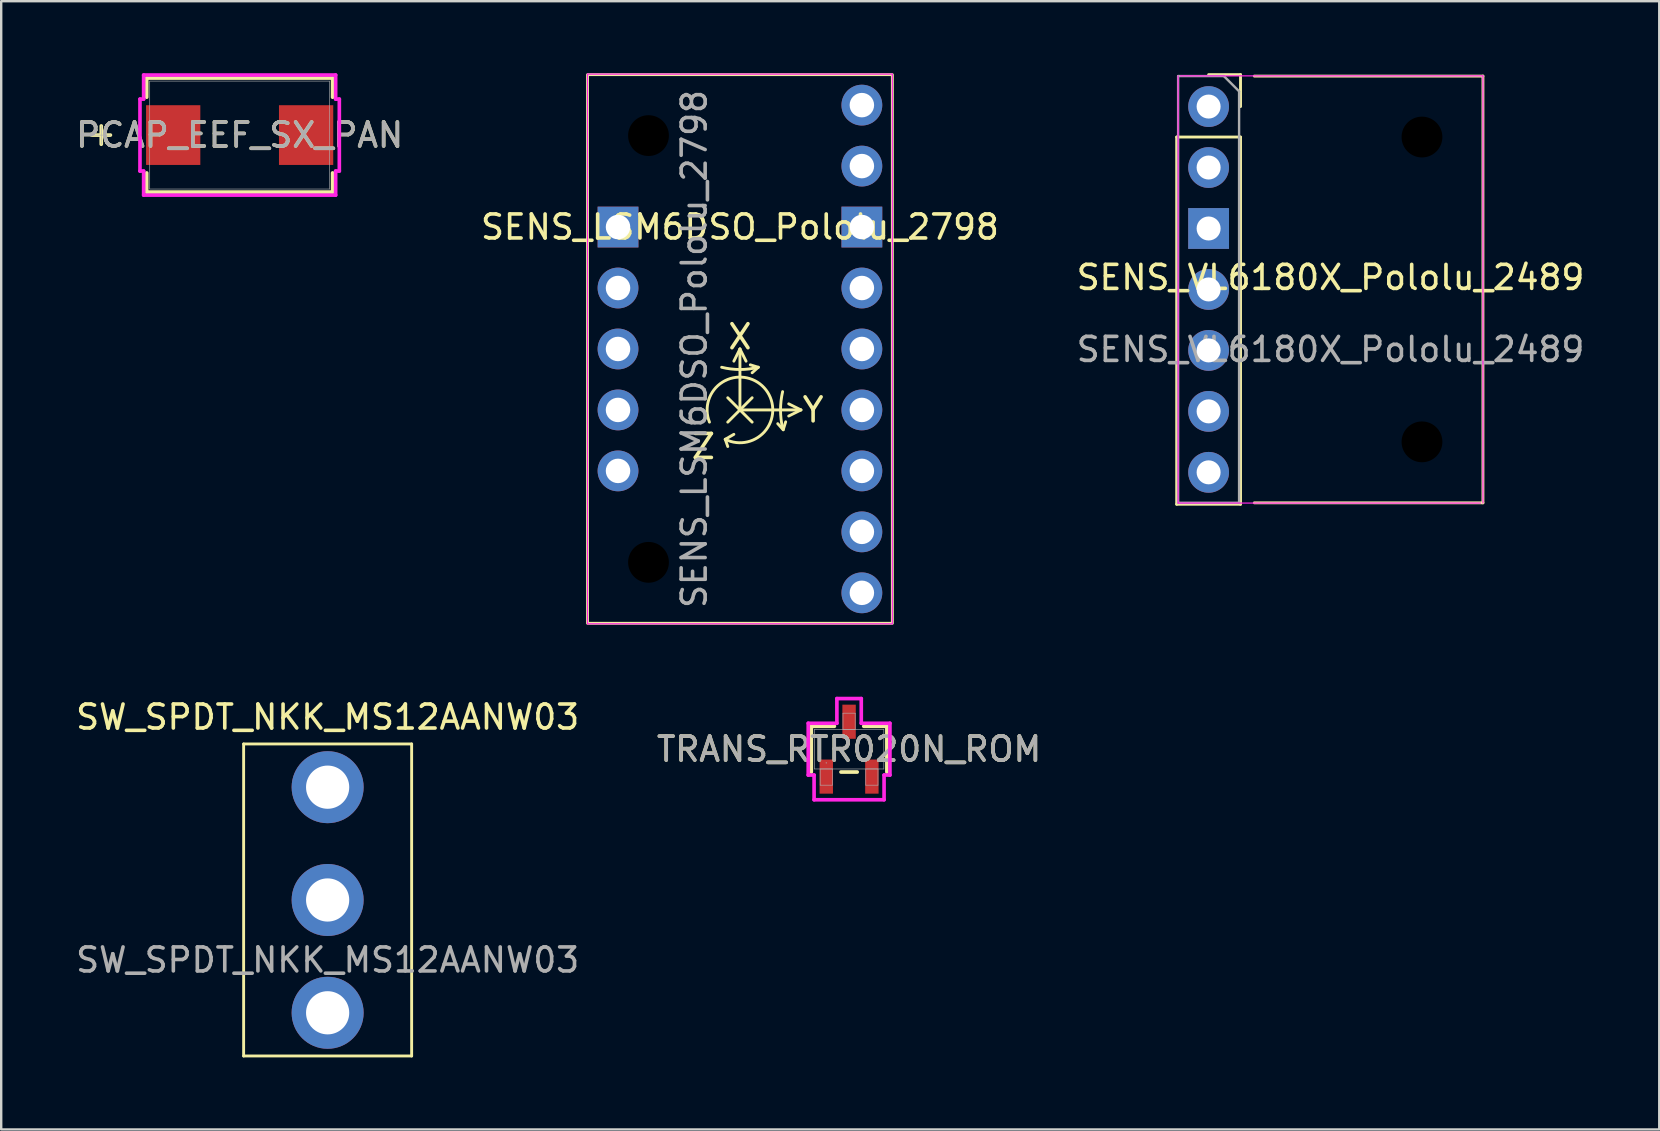
<source format=kicad_pcb>
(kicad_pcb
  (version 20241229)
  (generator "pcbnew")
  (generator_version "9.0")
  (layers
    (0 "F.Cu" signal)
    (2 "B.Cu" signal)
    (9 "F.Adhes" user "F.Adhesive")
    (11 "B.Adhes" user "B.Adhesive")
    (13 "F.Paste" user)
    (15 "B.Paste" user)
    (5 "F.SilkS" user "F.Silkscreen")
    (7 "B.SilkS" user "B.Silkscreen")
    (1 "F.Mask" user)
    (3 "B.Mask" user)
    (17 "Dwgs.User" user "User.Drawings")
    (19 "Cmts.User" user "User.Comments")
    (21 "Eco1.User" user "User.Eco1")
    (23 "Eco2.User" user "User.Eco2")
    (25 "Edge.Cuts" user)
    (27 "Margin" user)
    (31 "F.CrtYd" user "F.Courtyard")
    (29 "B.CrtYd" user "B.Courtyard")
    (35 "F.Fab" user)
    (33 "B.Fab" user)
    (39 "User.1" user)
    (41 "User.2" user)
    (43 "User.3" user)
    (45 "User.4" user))
  (footprint "SENS_LSM6DSO_Pololu_2798"
    (layer "F.Cu")
    (at 27.78 14.03)
    (property "Reference" "SENS_LSM6DSO_Pololu_2798" (at 0 -7.62 0) (unlocked yes) (layer "F.SilkS") (effects (font (size 1 1) (thickness 0.15))))
    (attr through_hole)
    (fp_line (start -0.612 1.223) (end -0.508 1.524) (stroke (width 0.12) (type solid)) (layer "F.SilkS"))
    (fp_line (start -0.612 1.223) (end -0.254 1.016) (stroke (width 0.12) (type solid)) (layer "F.SilkS"))
    (fp_line (start -0.508 -0.508) (end 0.508 0.508) (stroke (width 0.12) (type solid)) (layer "F.SilkS"))
    (fp_line (start 0 -2.54) (end -0.254 -2.032) (stroke (width 0.12) (type solid)) (layer "F.SilkS"))
    (fp_line (start 0 -2.54) (end 0.254 -2.032) (stroke (width 0.12) (type solid)) (layer "F.SilkS"))
    (fp_line (start 0 0) (end 0 -2.54) (stroke (width 0.12) (type solid)) (layer "F.SilkS"))
    (fp_line (start 0 0) (end 2.54 0) (stroke (width 0.12) (type solid)) (layer "F.SilkS"))
    (fp_line (start 0.508 -0.508) (end -0.508 0.508) (stroke (width 0.12) (type solid)) (layer "F.SilkS"))
    (fp_line (start 0.762 -1.778) (end 0.432 -1.88) (stroke (width 0.12) (type solid)) (layer "F.SilkS"))
    (fp_line (start 0.762 -1.778) (end 0.508 -1.549) (stroke (width 0.12) (type solid)) (layer "F.SilkS"))
    (fp_line (start 1.803 0.826) (end 1.575 0.572) (stroke (width 0.12) (type solid)) (layer "F.SilkS"))
    (fp_line (start 1.803 0.826) (end 1.905 0.495) (stroke (width 0.12) (type solid)) (layer "F.SilkS"))
    (fp_line (start 2.54 0) (end 2.032 -0.254) (stroke (width 0.12) (type solid)) (layer "F.SilkS"))
    (fp_line (start 2.54 0) (end 2.032 0.254) (stroke (width 0.12) (type solid)) (layer "F.SilkS"))
    (fp_rect (start -6.35 -13.97) (end 6.35 8.89) (stroke (width 0.12) (type solid)) (fill no) (layer "F.SilkS"))
    (fp_arc (start -1.269999 0.508) (mid 1.006563 -0.926171) (end -0.611713 1.223425) (stroke (width 0.12) (type solid)) (layer "F.SilkS"))
    (fp_arc (start 0.762 -1.778) (mid 0 -1.684194) (end -0.762 -1.778) (stroke (width 0.12) (type solid)) (layer "F.SilkS"))
    (fp_arc (start 1.778001 0.762) (mid 1.691218 0) (end 1.778001 -0.762) (stroke (width 0.12) (type solid)) (layer "F.SilkS"))
    (fp_line (start -6.35 -13.99) (end 6.35 -13.99) (stroke (width 0.05) (type solid)) (layer "F.CrtYd"))
    (fp_line (start -6.35 8.91) (end -6.35 -13.99) (stroke (width 0.05) (type solid)) (layer "F.CrtYd"))
    (fp_line (start -6.35 8.91) (end 6.35 8.91) (stroke (width 0.05) (type solid)) (layer "F.CrtYd"))
    (fp_line (start 6.35 -13.99) (end 6.35 8.91) (stroke (width 0.05) (type solid)) (layer "F.CrtYd"))
    (fp_line (start -3.81 -10.795) (end -4.445 -11.43) (stroke (width 0.1) (type solid)) (layer "F.Fab"))
    (fp_text user "X" (at 0 -3.048 0) (unlocked yes) (layer "F.SilkS") (effects (font (size 1 1) (thickness 0.15))))
    (fp_text user "Z" (at -1.524 1.524 0) (unlocked yes) (layer "F.SilkS") (effects (font (size 1 1) (thickness 0.15))))
    (fp_text user "Y" (at 3.048 0 0) (unlocked yes) (layer "F.SilkS") (effects (font (size 1 1) (thickness 0.15))))
    (fp_text user "${REFERENCE}" (at -1.905 -2.54 90) (unlocked yes) (layer "F.Fab") (effects (font (size 1 1) (thickness 0.15))))
    (pad "" np_thru_hole circle (at -3.81 -11.43) (size 1.7 1.7) (drill 2.2) (layers "*.Mask"))
    (pad "" np_thru_hole circle (at -3.81 6.35) (size 1.7 1.7) (drill 2.2) (layers "*.Mask"))
    (pad "1" thru_hole rect (at -5.08 -7.62) (size 1.7 1.7) (drill 1.02) (layers "*.Cu" "*.Mask"))
    (pad "2" thru_hole oval (at -5.08 -5.08) (size 1.7 1.7) (drill 1.02) (layers "*.Cu" "*.Mask"))
    (pad "3" thru_hole oval (at -5.08 -2.54) (size 1.7 1.7) (drill 1.02) (layers "*.Cu" "*.Mask"))
    (pad "4" thru_hole oval (at -5.08 0) (size 1.7 1.7) (drill 1.02) (layers "*.Cu" "*.Mask"))
    (pad "5" thru_hole oval (at -5.08 2.54) (size 1.7 1.7) (drill 1.02) (layers "*.Cu" "*.Mask"))
    (pad "6" thru_hole oval (at 5.08 7.62) (size 1.7 1.7) (drill 1.02) (layers "*.Cu" "*.Mask"))
    (pad "7" thru_hole oval (at 5.08 5.08) (size 1.7 1.7) (drill 1.02) (layers "*.Cu" "*.Mask"))
    (pad "8" thru_hole oval (at 5.08 2.54) (size 1.7 1.7) (drill 1.02) (layers "*.Cu" "*.Mask"))
    (pad "9" thru_hole oval (at 5.08 0) (size 1.7 1.7) (drill 1.02) (layers "*.Cu" "*.Mask"))
    (pad "10" thru_hole oval (at 5.08 -2.54) (size 1.7 1.7) (drill 1.02) (layers "*.Cu" "*.Mask"))
    (pad "11" thru_hole oval (at 5.08 -5.08) (size 1.7 1.7) (drill 1.02) (layers "*.Cu" "*.Mask"))
    (pad "12" thru_hole rect (at 5.08 -7.62) (size 1.7 1.7) (drill 1.02) (layers "*.Cu" "*.Mask"))
    (pad "13" thru_hole oval (at 5.08 -10.16) (size 1.7 1.7) (drill 1.02) (layers "*.Cu" "*.Mask"))
    (pad "14" thru_hole oval (at 5.08 -12.7) (size 1.7 1.7) (drill 1.02) (layers "*.Cu" "*.Mask")))
  (footprint "SW_SPDT_NKK_MS12AANW03"
    (layer "F.Cu")
    (at 10.601 34.448)
    (property "Reference" "SW_SPDT_NKK_MS12AANW03" (at 0 -7.62 0) (unlocked yes) (layer "F.SilkS") (effects (font (size 1 1) (thickness 0.15))))
    (attr through_hole)
    (fp_line (start -3.5 -6.5) (end -3.5 6.5) (stroke (width 0.12) (type solid)) (layer "F.SilkS"))
    (fp_line (start -3.5 -6.5) (end 3.5 -6.5) (stroke (width 0.12) (type solid)) (layer "F.SilkS"))
    (fp_line (start -3.5 6.5) (end 3.5 6.5) (stroke (width 0.12) (type solid)) (layer "F.SilkS"))
    (fp_line (start 3.5 6.5) (end 3.5 -6.5) (stroke (width 0.12) (type solid)) (layer "F.SilkS"))
    (fp_text user "${REFERENCE}" (at 0 2.5 0) (unlocked yes) (layer "F.Fab") (effects (font (size 1 1) (thickness 0.15))))
    (pad "1" thru_hole circle (at 0 -4.7) (size 3 3) (drill 1.8) (layers "*.Cu" "*.Mask"))
    (pad "2" thru_hole circle (at 0 0) (size 3 3) (drill 1.8) (layers "*.Cu" "*.Mask"))
    (pad "3" thru_hole circle (at 0 4.7) (size 3 3) (drill 1.8) (layers "*.Cu" "*.Mask")))
  (footprint "TRANS_RTR020N_ROM"
    (layer "F.Cu")
    (at 32.327 28.164)
    (property "Reference" "TRANS_RTR020N_ROM" (at 0 0 0) (unlocked yes) (layer "F.SilkS") (effects (font (size 1 1) (thickness 0.15))))
    (attr smd)
    (fp_line (start -1.575 -0.953) (end -1.575 0.953) (stroke (width 0.152) (type solid)) (layer "F.SilkS"))
    (fp_line (start -0.612 -0.953) (end -1.575 -0.953) (stroke (width 0.152) (type solid)) (layer "F.SilkS"))
    (fp_line (start -0.338 0.953) (end 0.338 0.953) (stroke (width 0.152) (type solid)) (layer "F.SilkS"))
    (fp_line (start 1.575 -0.953) (end 0.612 -0.953) (stroke (width 0.152) (type solid)) (layer "F.SilkS"))
    (fp_line (start 1.575 0.953) (end 1.575 -0.953) (stroke (width 0.152) (type solid)) (layer "F.SilkS"))
    (fp_line (start -1.702 -1.079) (end -0.508 -1.079) (stroke (width 0.152) (type solid)) (layer "F.CrtYd"))
    (fp_line (start -1.702 1.079) (end -1.702 -1.079) (stroke (width 0.152) (type solid)) (layer "F.CrtYd"))
    (fp_line (start -1.702 1.079) (end -1.458 1.079) (stroke (width 0.152) (type solid)) (layer "F.CrtYd"))
    (fp_line (start -1.458 1.079) (end -1.458 2.108) (stroke (width 0.152) (type solid)) (layer "F.CrtYd"))
    (fp_line (start -1.458 2.108) (end 1.458 2.108) (stroke (width 0.152) (type solid)) (layer "F.CrtYd"))
    (fp_line (start -0.508 -2.108) (end 0.508 -2.108) (stroke (width 0.152) (type solid)) (layer "F.CrtYd"))
    (fp_line (start -0.508 -1.079) (end -0.508 -2.108) (stroke (width 0.152) (type solid)) (layer "F.CrtYd"))
    (fp_line (start 0.508 -1.079) (end 0.508 -2.108) (stroke (width 0.152) (type solid)) (layer "F.CrtYd"))
    (fp_line (start 1.458 1.079) (end 1.458 2.108) (stroke (width 0.152) (type solid)) (layer "F.CrtYd"))
    (fp_line (start 1.702 -1.079) (end 0.508 -1.079) (stroke (width 0.152) (type solid)) (layer "F.CrtYd"))
    (fp_line (start 1.702 -1.079) (end 1.702 1.079) (stroke (width 0.152) (type solid)) (layer "F.CrtYd"))
    (fp_line (start 1.702 1.079) (end 1.458 1.079) (stroke (width 0.152) (type solid)) (layer "F.CrtYd"))
    (fp_line (start -1.448 -0.826) (end -1.448 0.826) (stroke (width 0.025) (type solid)) (layer "F.Fab"))
    (fp_line (start -1.448 0.826) (end 1.448 0.826) (stroke (width 0.025) (type solid)) (layer "F.Fab"))
    (fp_line (start -1.204 0.826) (end -1.204 1.499) (stroke (width 0.025) (type solid)) (layer "F.Fab"))
    (fp_line (start -1.204 1.499) (end -0.696 1.499) (stroke (width 0.025) (type solid)) (layer "F.Fab"))
    (fp_line (start -0.696 0.826) (end -1.204 0.826) (stroke (width 0.025) (type solid)) (layer "F.Fab"))
    (fp_line (start -0.696 1.499) (end -0.696 0.826) (stroke (width 0.025) (type solid)) (layer "F.Fab"))
    (fp_line (start -0.254 -1.499) (end -0.254 -0.826) (stroke (width 0.025) (type solid)) (layer "F.Fab"))
    (fp_line (start -0.254 -0.826) (end 0.254 -0.826) (stroke (width 0.025) (type solid)) (layer "F.Fab"))
    (fp_line (start 0.254 -1.499) (end -0.254 -1.499) (stroke (width 0.025) (type solid)) (layer "F.Fab"))
    (fp_line (start 0.254 -0.826) (end 0.254 -1.499) (stroke (width 0.025) (type solid)) (layer "F.Fab"))
    (fp_line (start 0.696 0.826) (end 0.696 1.499) (stroke (width 0.025) (type solid)) (layer "F.Fab"))
    (fp_line (start 0.696 1.499) (end 1.204 1.499) (stroke (width 0.025) (type solid)) (layer "F.Fab"))
    (fp_line (start 1.204 0.826) (end 0.696 0.826) (stroke (width 0.025) (type solid)) (layer "F.Fab"))
    (fp_line (start 1.204 1.499) (end 1.204 0.826) (stroke (width 0.025) (type solid)) (layer "F.Fab"))
    (fp_line (start 1.448 -0.826) (end -1.448 -0.826) (stroke (width 0.025) (type solid)) (layer "F.Fab"))
    (fp_line (start 1.448 0.826) (end 1.448 -0.826) (stroke (width 0.025) (type solid)) (layer "F.Fab"))
    (fp_circle (center -0.95 0.572) (end -0.95 0.572) (stroke (width 0.025) (type solid)) (fill no) (layer "F.Fab"))
    (fp_text user "${REFERENCE}" (at 0 0 0) (unlocked yes) (layer "F.Fab") (effects (font (size 1 1) (thickness 0.15))))
    (pad "1" smd rect (at -0.95 1.143) (size 0.559 1.422) (layers "F.Cu" "F.Mask" "F.Paste"))
    (pad "2" smd rect (at 0.95 1.143) (size 0.559 1.422) (layers "F.Cu" "F.Mask" "F.Paste"))
    (pad "3" smd rect (at 0 -1.143) (size 0.559 1.422) (layers "F.Cu" "F.Mask" "F.Paste")))
  (footprint "PCAP_EEF_SX_PAN"
    (layer "F.Cu")
    (at 6.935 2.578)
    (property "Reference" "PCAP_EEF_SX_PAN" (at 0 0 0) (unlocked yes) (layer "F.SilkS") (effects (font (size 1 1) (thickness 0.15))))
    (attr smd)
    (fp_line (start -5.766 -0.381) (end -5.766 0.381) (stroke (width 0.152) (type solid)) (layer "F.SilkS"))
    (fp_line (start -5.385 0) (end -6.147 0) (stroke (width 0.152) (type solid)) (layer "F.SilkS"))
    (fp_line (start -3.873 -2.375) (end -3.873 -1.577) (stroke (width 0.152) (type solid)) (layer "F.SilkS"))
    (fp_line (start -3.873 1.577) (end -3.873 2.375) (stroke (width 0.152) (type solid)) (layer "F.SilkS"))
    (fp_line (start -3.873 2.375) (end 3.873 2.375) (stroke (width 0.152) (type solid)) (layer "F.SilkS"))
    (fp_line (start 3.873 -2.375) (end -3.873 -2.375) (stroke (width 0.152) (type solid)) (layer "F.SilkS"))
    (fp_line (start 3.873 -1.577) (end 3.873 -2.375) (stroke (width 0.152) (type solid)) (layer "F.SilkS"))
    (fp_line (start 3.873 2.375) (end 3.873 1.577) (stroke (width 0.152) (type solid)) (layer "F.SilkS"))
    (fp_line (start -4.153 -1.499) (end -4 -1.499) (stroke (width 0.152) (type solid)) (layer "F.CrtYd"))
    (fp_line (start -4.153 1.499) (end -4.153 -1.499) (stroke (width 0.152) (type solid)) (layer "F.CrtYd"))
    (fp_line (start -4 -2.502) (end 4 -2.502) (stroke (width 0.152) (type solid)) (layer "F.CrtYd"))
    (fp_line (start -4 -1.499) (end -4 -2.502) (stroke (width 0.152) (type solid)) (layer "F.CrtYd"))
    (fp_line (start -4 1.499) (end -4.153 1.499) (stroke (width 0.152) (type solid)) (layer "F.CrtYd"))
    (fp_line (start -4 2.502) (end -4 1.499) (stroke (width 0.152) (type solid)) (layer "F.CrtYd"))
    (fp_line (start 4 -2.502) (end 4 -1.499) (stroke (width 0.152) (type solid)) (layer "F.CrtYd"))
    (fp_line (start 4 -1.499) (end 4.153 -1.499) (stroke (width 0.152) (type solid)) (layer "F.CrtYd"))
    (fp_line (start 4 1.499) (end 4 2.502) (stroke (width 0.152) (type solid)) (layer "F.CrtYd"))
    (fp_line (start 4 2.502) (end -4 2.502) (stroke (width 0.152) (type solid)) (layer "F.CrtYd"))
    (fp_line (start 4.153 -1.499) (end 4.153 1.499) (stroke (width 0.152) (type solid)) (layer "F.CrtYd"))
    (fp_line (start 4.153 1.499) (end 4 1.499) (stroke (width 0.152) (type solid)) (layer "F.CrtYd"))
    (fp_line (start -5.766 -0.381) (end -5.766 0.381) (stroke (width 0.025) (type solid)) (layer "F.Fab"))
    (fp_line (start -5.385 0) (end -6.147 0) (stroke (width 0.025) (type solid)) (layer "F.Fab"))
    (fp_line (start -3.747 -2.248) (end -3.747 2.248) (stroke (width 0.025) (type solid)) (layer "F.Fab"))
    (fp_line (start -3.747 2.248) (end 3.747 2.248) (stroke (width 0.025) (type solid)) (layer "F.Fab"))
    (fp_line (start 3.747 -2.248) (end -3.747 -2.248) (stroke (width 0.025) (type solid)) (layer "F.Fab"))
    (fp_line (start 3.747 2.248) (end 3.747 -2.248) (stroke (width 0.025) (type solid)) (layer "F.Fab"))
    (fp_text user "${REFERENCE}" (at 0 0 0) (unlocked yes) (layer "F.Fab") (effects (font (size 1 1) (thickness 0.15))))
    (pad "1" smd rect (at -2.769 0 90) (size 2.489 2.261) (layers "F.Cu" "F.Mask" "F.Paste"))
    (pad "2" smd rect (at 2.769 0 90) (size 2.489 2.261) (layers "F.Cu" "F.Mask" "F.Paste"))
    (zone (net_name "") (layer "F.Cu") (hatch full 0.508) (connect_pads) (min_thickness 0.254) (filled_areas_thickness no) (keepout (tracks not_allowed) (vias not_allowed) (pads allowed) (copperpour not_allowed) (footprints allowed)) (placement (enabled no)) (fill) (polygon (pts (xy 3.239 0.381) (xy 10.63 0.381) (xy 10.63 1.283) (xy 3.239 1.283))))
    (zone (net_name "") (layer "F.Cu") (hatch full 0.508) (connect_pads) (min_thickness 0.254) (filled_areas_thickness no) (keepout (tracks not_allowed) (vias not_allowed) (pads allowed) (copperpour not_allowed) (footprints allowed)) (placement (enabled no)) (fill) (polygon (pts (xy 3.239 3.873) (xy 10.63 3.873) (xy 10.63 4.775) (xy 3.239 4.775))))
    (zone (net_name "") (layer "F.Cu") (hatch full 0.508) (connect_pads) (min_thickness 0.254) (filled_areas_thickness no) (keepout (tracks not_allowed) (vias not_allowed) (pads allowed) (copperpour not_allowed) (footprints allowed)) (placement (enabled no)) (fill) (polygon (pts (xy 5.347 1.283) (xy 8.522 1.283) (xy 8.522 3.873) (xy 5.347 3.873)))))
  (footprint "SENS_VL6180X_Pololu_2489"
    (layer "F.Cu")
    (at 52.387 9.01)
    (property "Reference" "SENS_VL6180X_Pololu_2489" (at 0 -0.5 0) (unlocked yes) (layer "F.SilkS") (effects (font (size 1 1) (thickness 0.15))))
    (attr through_hole)
    (fp_line (start -6.41 -6.35) (end -6.41 8.95) (stroke (width 0.12) (type solid)) (layer "F.SilkS"))
    (fp_line (start -3.75 -8.95) (end -5.08 -8.95) (stroke (width 0.12) (type solid)) (layer "F.SilkS"))
    (fp_line (start -3.75 -7.62) (end -3.75 -8.95) (stroke (width 0.12) (type solid)) (layer "F.SilkS"))
    (fp_line (start -3.75 -6.35) (end -6.41 -6.35) (stroke (width 0.12) (type solid)) (layer "F.SilkS"))
    (fp_line (start -3.75 -6.35) (end -3.75 8.95) (stroke (width 0.12) (type solid)) (layer "F.SilkS"))
    (fp_line (start -3.75 8.95) (end -6.41 8.95) (stroke (width 0.12) (type solid)) (layer "F.SilkS"))
    (fp_line (start 6.35 -8.89) (end -3.175 -8.89) (stroke (width 0.12) (type solid)) (layer "F.SilkS"))
    (fp_line (start 6.35 -8.89) (end 6.35 8.89) (stroke (width 0.12) (type solid)) (layer "F.SilkS"))
    (fp_line (start 6.35 8.89) (end -3.175 8.89) (stroke (width 0.12) (type solid)) (layer "F.SilkS"))
    (fp_line (start -6.35 8.9) (end -6.35 -8.9) (stroke (width 0.05) (type solid)) (layer "F.CrtYd"))
    (fp_line (start -6.35 8.9) (end 6.25 8.9) (stroke (width 0.05) (type solid)) (layer "F.CrtYd"))
    (fp_line (start -6.25 -8.9) (end 6.35 -8.9) (stroke (width 0.05) (type solid)) (layer "F.CrtYd"))
    (fp_line (start 6.35 -8.9) (end 6.35 8.9) (stroke (width 0.05) (type solid)) (layer "F.CrtYd"))
    (fp_line (start -6.35 -8.89) (end -6.35 8.89) (stroke (width 0.1) (type solid)) (layer "F.Fab"))
    (fp_line (start -6.35 8.89) (end -3.81 8.89) (stroke (width 0.1) (type solid)) (layer "F.Fab"))
    (fp_line (start -4.445 -8.89) (end -6.35 -8.89) (stroke (width 0.1) (type solid)) (layer "F.Fab"))
    (fp_line (start -3.81 -8.255) (end -4.445 -8.89) (stroke (width 0.1) (type solid)) (layer "F.Fab"))
    (fp_line (start -3.81 8.89) (end -3.81 -8.255) (stroke (width 0.1) (type solid)) (layer "F.Fab"))
    (fp_text user "${REFERENCE}" (at 0 2.5 0) (unlocked yes) (layer "F.Fab") (effects (font (size 1 1) (thickness 0.15))))
    (pad "" np_thru_hole circle (at 3.81 -6.35) (size 1.7 1.7) (drill 2.2) (layers "*.Mask"))
    (pad "" np_thru_hole circle (at 3.81 6.35) (size 1.7 1.7) (drill 2.2) (layers "*.Mask"))
    (pad "1" thru_hole circle (at -5.08 -7.62) (size 1.7 1.7) (drill 1) (layers "*.Cu" "*.Mask"))
    (pad "2" thru_hole oval (at -5.08 -5.08) (size 1.7 1.7) (drill 1) (layers "*.Cu" "*.Mask"))
    (pad "3" thru_hole rect (at -5.08 -2.54) (size 1.7 1.7) (drill 1) (layers "*.Cu" "*.Mask"))
    (pad "4" thru_hole oval (at -5.08 0) (size 1.7 1.7) (drill 1) (layers "*.Cu" "*.Mask"))
    (pad "5" thru_hole oval (at -5.08 2.54) (size 1.7 1.7) (drill 1) (layers "*.Cu" "*.Mask"))
    (pad "6" thru_hole oval (at -5.08 5.08) (size 1.7 1.7) (drill 1) (layers "*.Cu" "*.Mask"))
    (pad "7" thru_hole oval (at -5.08 7.62) (size 1.7 1.7) (drill 1) (layers "*.Cu" "*.Mask")))
  (gr_rect
    (start -3 -3)
    (end 66.083 44.008)
    (stroke (width 0.1) (type default))
    (fill no)
    (layer "Edge.Cuts")))
</source>
